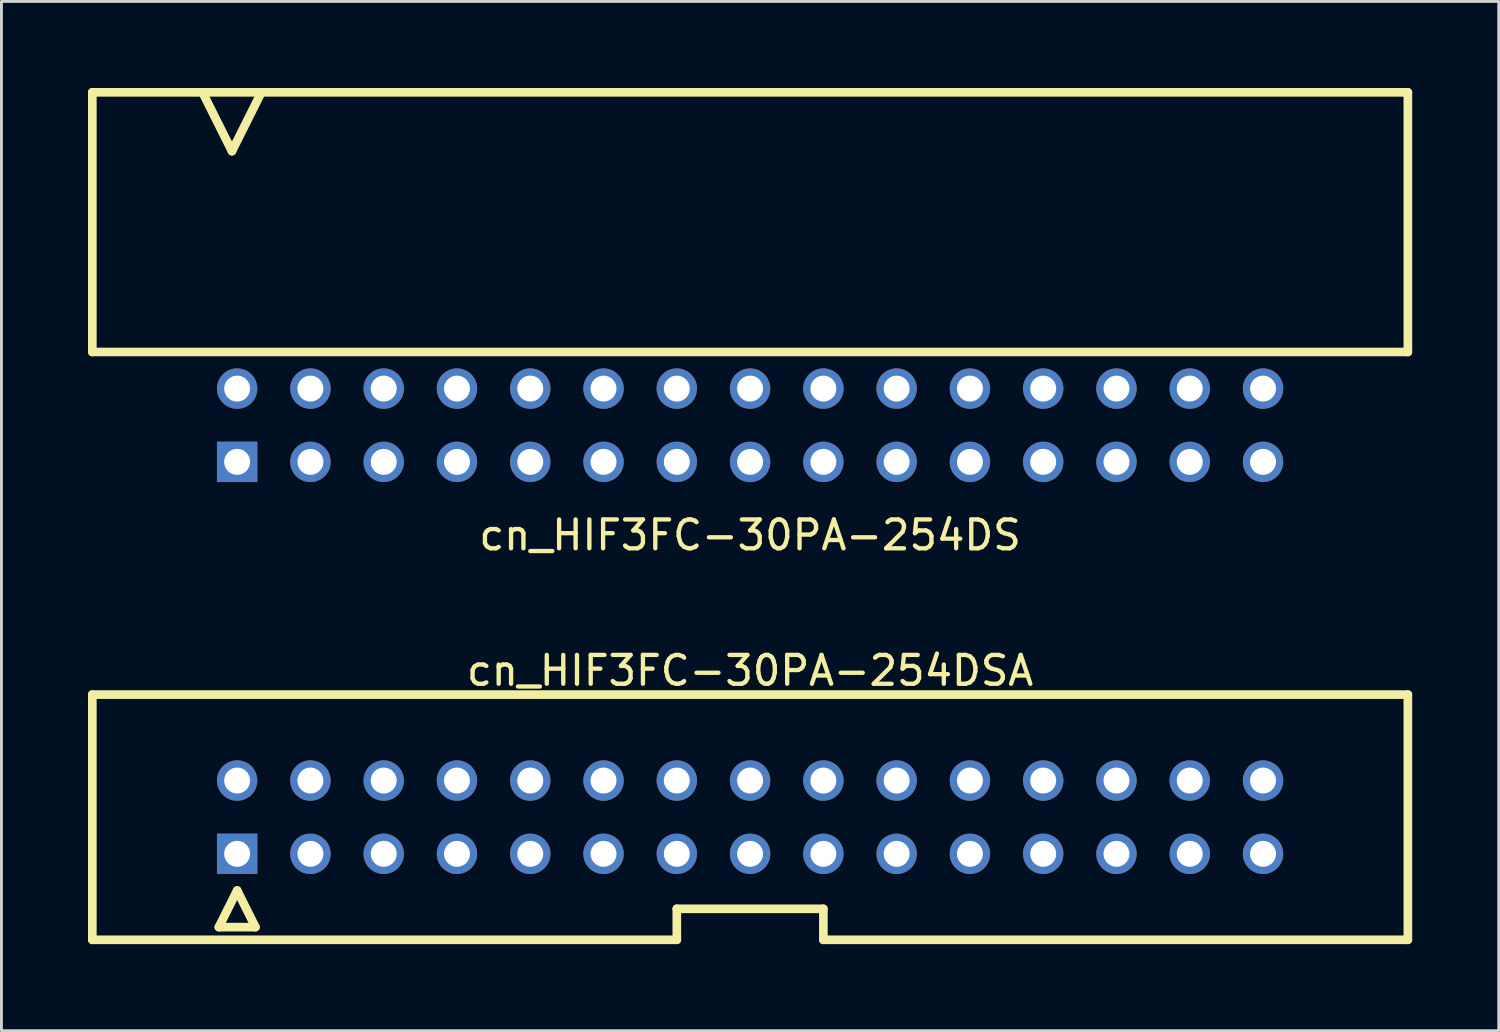
<source format=kicad_pcb>
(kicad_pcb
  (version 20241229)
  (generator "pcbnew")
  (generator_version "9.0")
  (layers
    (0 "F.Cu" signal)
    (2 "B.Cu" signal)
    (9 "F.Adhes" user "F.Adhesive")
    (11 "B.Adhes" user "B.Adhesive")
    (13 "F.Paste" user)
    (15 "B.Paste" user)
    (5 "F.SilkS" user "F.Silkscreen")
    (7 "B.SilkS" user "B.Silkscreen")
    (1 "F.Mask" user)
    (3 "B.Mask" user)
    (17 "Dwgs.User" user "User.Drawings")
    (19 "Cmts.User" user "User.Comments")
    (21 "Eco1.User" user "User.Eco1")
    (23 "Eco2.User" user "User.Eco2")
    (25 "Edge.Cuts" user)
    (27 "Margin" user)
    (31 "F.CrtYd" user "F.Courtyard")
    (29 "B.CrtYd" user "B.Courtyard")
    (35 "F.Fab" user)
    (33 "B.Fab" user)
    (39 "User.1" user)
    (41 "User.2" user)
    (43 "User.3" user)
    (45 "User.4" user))
  (footprint "cn_HIF3FC-30PA-254DS"
    (layer "F.Cu")
    (at 22.95 11.69)
    (property "Reference" "cn_HIF3FC-30PA-254DS" (at 0 3.81 0) (layer "F.SilkS") (effects (font (size 1 1) (thickness 0.15))))
    (attr through_hole)
    (fp_line (start -22.8 -11.54) (end -22.8 -2.54) (stroke (width 0.3) (type solid)) (layer "F.SilkS"))
    (fp_line (start -22.8 -2.54) (end 22.8 -2.54) (stroke (width 0.3) (type solid)) (layer "F.SilkS"))
    (fp_line (start -18.96 -11.5) (end -17.96 -9.5) (stroke (width 0.3) (type solid)) (layer "F.SilkS"))
    (fp_line (start -17.96 -9.5) (end -16.96 -11.5) (stroke (width 0.3) (type solid)) (layer "F.SilkS"))
    (fp_line (start 22.8 -11.54) (end -22.8 -11.54) (stroke (width 0.3) (type solid)) (layer "F.SilkS"))
    (fp_line (start 22.8 -2.54) (end 22.8 -11.54) (stroke (width 0.3) (type solid)) (layer "F.SilkS"))
    (pad "1" thru_hole rect (at -17.78 1.27) (size 1.4 1.4) (drill 0.9) (layers "*.Cu" "*.Mask"))
    (pad "2" thru_hole circle (at -17.78 -1.27) (size 1.4 1.4) (drill 0.9) (layers "*.Cu" "*.Mask"))
    (pad "3" thru_hole circle (at -15.24 1.27) (size 1.4 1.4) (drill 0.9) (layers "*.Cu" "*.Mask"))
    (pad "4" thru_hole circle (at -15.24 -1.27) (size 1.4 1.4) (drill 0.9) (layers "*.Cu" "*.Mask"))
    (pad "5" thru_hole circle (at -12.7 1.27) (size 1.4 1.4) (drill 0.9) (layers "*.Cu" "*.Mask"))
    (pad "6" thru_hole circle (at -12.7 -1.27) (size 1.4 1.4) (drill 0.9) (layers "*.Cu" "*.Mask"))
    (pad "7" thru_hole circle (at -10.16 1.27) (size 1.4 1.4) (drill 0.9) (layers "*.Cu" "*.Mask"))
    (pad "8" thru_hole circle (at -10.16 -1.27) (size 1.4 1.4) (drill 0.9) (layers "*.Cu" "*.Mask"))
    (pad "9" thru_hole circle (at -7.62 1.27) (size 1.4 1.4) (drill 0.9) (layers "*.Cu" "*.Mask"))
    (pad "10" thru_hole circle (at -7.62 -1.27) (size 1.4 1.4) (drill 0.9) (layers "*.Cu" "*.Mask"))
    (pad "11" thru_hole circle (at -5.08 1.27) (size 1.4 1.4) (drill 0.9) (layers "*.Cu" "*.Mask"))
    (pad "12" thru_hole circle (at -5.08 -1.27) (size 1.4 1.4) (drill 0.9) (layers "*.Cu" "*.Mask"))
    (pad "13" thru_hole circle (at -2.54 1.27) (size 1.4 1.4) (drill 0.9) (layers "*.Cu" "*.Mask"))
    (pad "14" thru_hole circle (at -2.54 -1.27) (size 1.4 1.4) (drill 0.9) (layers "*.Cu" "*.Mask"))
    (pad "15" thru_hole circle (at 0 1.27) (size 1.4 1.4) (drill 0.9) (layers "*.Cu" "*.Mask"))
    (pad "16" thru_hole circle (at 0 -1.27) (size 1.4 1.4) (drill 0.9) (layers "*.Cu" "*.Mask"))
    (pad "17" thru_hole circle (at 2.54 1.27) (size 1.4 1.4) (drill 0.9) (layers "*.Cu" "*.Mask"))
    (pad "18" thru_hole circle (at 2.54 -1.27) (size 1.4 1.4) (drill 0.9) (layers "*.Cu" "*.Mask"))
    (pad "19" thru_hole circle (at 5.08 1.27) (size 1.4 1.4) (drill 0.9) (layers "*.Cu" "*.Mask"))
    (pad "20" thru_hole circle (at 5.08 -1.27) (size 1.4 1.4) (drill 0.9) (layers "*.Cu" "*.Mask"))
    (pad "21" thru_hole circle (at 7.62 1.27) (size 1.4 1.4) (drill 0.9) (layers "*.Cu" "*.Mask"))
    (pad "22" thru_hole circle (at 7.62 -1.27) (size 1.4 1.4) (drill 0.9) (layers "*.Cu" "*.Mask"))
    (pad "23" thru_hole circle (at 10.16 1.27) (size 1.4 1.4) (drill 0.9) (layers "*.Cu" "*.Mask"))
    (pad "24" thru_hole circle (at 10.16 -1.27) (size 1.4 1.4) (drill 0.9) (layers "*.Cu" "*.Mask"))
    (pad "25" thru_hole circle (at 12.7 1.27) (size 1.4 1.4) (drill 0.9) (layers "*.Cu" "*.Mask"))
    (pad "26" thru_hole circle (at 12.7 -1.27) (size 1.4 1.4) (drill 0.9) (layers "*.Cu" "*.Mask"))
    (pad "27" thru_hole circle (at 15.24 1.27) (size 1.4 1.4) (drill 0.9) (layers "*.Cu" "*.Mask"))
    (pad "28" thru_hole circle (at 15.24 -1.27) (size 1.4 1.4) (drill 0.9) (layers "*.Cu" "*.Mask"))
    (pad "29" thru_hole circle (at 17.78 1.27) (size 1.4 1.4) (drill 0.9) (layers "*.Cu" "*.Mask"))
    (pad "30" thru_hole circle (at 17.78 -1.27) (size 1.4 1.4) (drill 0.9) (layers "*.Cu" "*.Mask")))
  (footprint "cn_HIF3FC-30PA-254DSA"
    (layer "F.Cu")
    (at 22.95 25.276)
    (property "Reference" "cn_HIF3FC-30PA-254DSA" (at 0 -5.08 0) (layer "F.SilkS") (effects (font (size 1 1) (thickness 0.15))))
    (attr through_hole)
    (fp_line (start -22.8 -4.25) (end 22.8 -4.25) (stroke (width 0.3) (type solid)) (layer "F.SilkS"))
    (fp_line (start -22.8 4.25) (end -22.8 -4.25) (stroke (width 0.3) (type solid)) (layer "F.SilkS"))
    (fp_line (start -18.415 3.81) (end -17.145 3.81) (stroke (width 0.3) (type solid)) (layer "F.SilkS"))
    (fp_line (start -17.78 2.54) (end -18.415 3.81) (stroke (width 0.3) (type solid)) (layer "F.SilkS"))
    (fp_line (start -17.145 3.81) (end -17.78 2.54) (stroke (width 0.3) (type solid)) (layer "F.SilkS"))
    (fp_line (start -2.54 3.175) (end 2.54 3.175) (stroke (width 0.3) (type solid)) (layer "F.SilkS"))
    (fp_line (start -2.54 4.25) (end -22.8 4.25) (stroke (width 0.3) (type solid)) (layer "F.SilkS"))
    (fp_line (start -2.54 4.25) (end -2.54 3.175) (stroke (width 0.3) (type solid)) (layer "F.SilkS"))
    (fp_line (start 2.54 3.175) (end 2.54 4.25) (stroke (width 0.3) (type solid)) (layer "F.SilkS"))
    (fp_line (start 22.8 -4.25) (end 22.8 4.25) (stroke (width 0.3) (type solid)) (layer "F.SilkS"))
    (fp_line (start 22.8 4.25) (end 2.54 4.25) (stroke (width 0.3) (type solid)) (layer "F.SilkS"))
    (pad "1" thru_hole rect (at -17.78 1.27) (size 1.4 1.4) (drill 0.9) (layers "*.Cu" "*.Mask"))
    (pad "2" thru_hole circle (at -17.78 -1.27) (size 1.4 1.4) (drill 0.9) (layers "*.Cu" "*.Mask"))
    (pad "3" thru_hole circle (at -15.24 1.27) (size 1.4 1.4) (drill 0.9) (layers "*.Cu" "*.Mask"))
    (pad "4" thru_hole circle (at -15.24 -1.27) (size 1.4 1.4) (drill 0.9) (layers "*.Cu" "*.Mask"))
    (pad "5" thru_hole circle (at -12.7 1.27) (size 1.4 1.4) (drill 0.9) (layers "*.Cu" "*.Mask"))
    (pad "6" thru_hole circle (at -12.7 -1.27) (size 1.4 1.4) (drill 0.9) (layers "*.Cu" "*.Mask"))
    (pad "7" thru_hole circle (at -10.16 1.27) (size 1.4 1.4) (drill 0.9) (layers "*.Cu" "*.Mask"))
    (pad "8" thru_hole circle (at -10.16 -1.27) (size 1.4 1.4) (drill 0.9) (layers "*.Cu" "*.Mask"))
    (pad "9" thru_hole circle (at -7.62 1.27) (size 1.4 1.4) (drill 0.9) (layers "*.Cu" "*.Mask"))
    (pad "10" thru_hole circle (at -7.62 -1.27) (size 1.4 1.4) (drill 0.9) (layers "*.Cu" "*.Mask"))
    (pad "11" thru_hole circle (at -5.08 1.27) (size 1.4 1.4) (drill 0.9) (layers "*.Cu" "*.Mask"))
    (pad "12" thru_hole circle (at -5.08 -1.27) (size 1.4 1.4) (drill 0.9) (layers "*.Cu" "*.Mask"))
    (pad "13" thru_hole circle (at -2.54 1.27) (size 1.4 1.4) (drill 0.9) (layers "*.Cu" "*.Mask"))
    (pad "14" thru_hole circle (at -2.54 -1.27) (size 1.4 1.4) (drill 0.9) (layers "*.Cu" "*.Mask"))
    (pad "15" thru_hole circle (at 0 1.27) (size 1.4 1.4) (drill 0.9) (layers "*.Cu" "*.Mask"))
    (pad "16" thru_hole circle (at 0 -1.27) (size 1.4 1.4) (drill 0.9) (layers "*.Cu" "*.Mask"))
    (pad "17" thru_hole circle (at 2.54 1.27) (size 1.4 1.4) (drill 0.9) (layers "*.Cu" "*.Mask"))
    (pad "18" thru_hole circle (at 2.54 -1.27) (size 1.4 1.4) (drill 0.9) (layers "*.Cu" "*.Mask"))
    (pad "19" thru_hole circle (at 5.08 1.27) (size 1.4 1.4) (drill 0.9) (layers "*.Cu" "*.Mask"))
    (pad "20" thru_hole circle (at 5.08 -1.27) (size 1.4 1.4) (drill 0.9) (layers "*.Cu" "*.Mask"))
    (pad "21" thru_hole circle (at 7.62 1.27) (size 1.4 1.4) (drill 0.9) (layers "*.Cu" "*.Mask"))
    (pad "22" thru_hole circle (at 7.62 -1.27) (size 1.4 1.4) (drill 0.9) (layers "*.Cu" "*.Mask"))
    (pad "23" thru_hole circle (at 10.16 1.27) (size 1.4 1.4) (drill 0.9) (layers "*.Cu" "*.Mask"))
    (pad "24" thru_hole circle (at 10.16 -1.27) (size 1.4 1.4) (drill 0.9) (layers "*.Cu" "*.Mask"))
    (pad "25" thru_hole circle (at 12.7 1.27) (size 1.4 1.4) (drill 0.9) (layers "*.Cu" "*.Mask"))
    (pad "26" thru_hole circle (at 12.7 -1.27) (size 1.4 1.4) (drill 0.9) (layers "*.Cu" "*.Mask"))
    (pad "27" thru_hole circle (at 15.24 1.27) (size 1.4 1.4) (drill 0.9) (layers "*.Cu" "*.Mask"))
    (pad "28" thru_hole circle (at 15.24 -1.27) (size 1.4 1.4) (drill 0.9) (layers "*.Cu" "*.Mask"))
    (pad "29" thru_hole circle (at 17.78 1.27) (size 1.4 1.4) (drill 0.9) (layers "*.Cu" "*.Mask"))
    (pad "30" thru_hole circle (at 17.78 -1.27) (size 1.4 1.4) (drill 0.9) (layers "*.Cu" "*.Mask")))
  (gr_rect
    (start -3 -3)
    (end 48.9 32.676)
    (stroke (width 0.1) (type default))
    (fill no)
    (layer "Edge.Cuts")))
</source>
